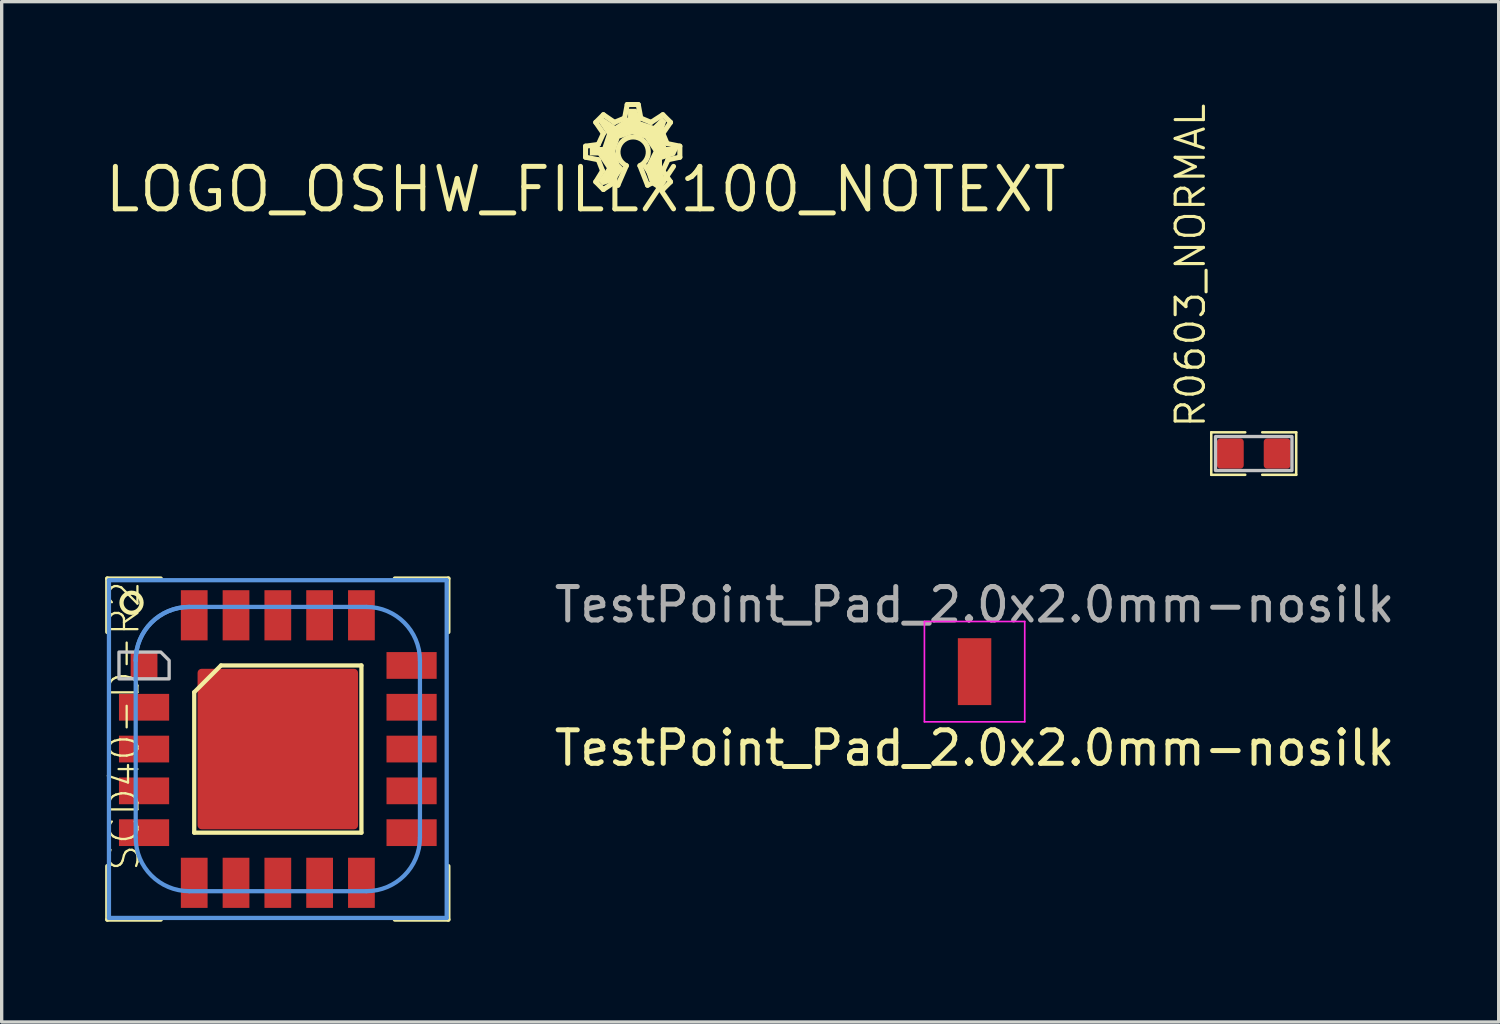
<source format=kicad_pcb>
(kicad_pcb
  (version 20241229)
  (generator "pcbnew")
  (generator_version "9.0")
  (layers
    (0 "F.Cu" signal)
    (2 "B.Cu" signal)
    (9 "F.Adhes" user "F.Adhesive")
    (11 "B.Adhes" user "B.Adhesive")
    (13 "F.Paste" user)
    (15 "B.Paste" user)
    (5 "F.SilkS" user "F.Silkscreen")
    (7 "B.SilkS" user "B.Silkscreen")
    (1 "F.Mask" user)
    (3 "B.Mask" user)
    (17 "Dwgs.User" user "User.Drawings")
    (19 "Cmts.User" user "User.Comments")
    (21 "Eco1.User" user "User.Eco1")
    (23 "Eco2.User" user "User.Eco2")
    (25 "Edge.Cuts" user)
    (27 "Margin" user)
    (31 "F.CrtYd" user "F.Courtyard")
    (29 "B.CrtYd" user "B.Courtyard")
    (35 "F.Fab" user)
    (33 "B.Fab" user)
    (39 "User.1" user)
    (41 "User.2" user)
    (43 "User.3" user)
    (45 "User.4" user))
  (footprint "LOGO_OSHW_FILLX100_NOTEXT"
    (layer "F.Cu")
    (at 14.461 2.616)
    (property "Reference" "LOGO_OSHW_FILLX100_NOTEXT" (at 0 0 0) (layer "F.SilkS") (effects (font (size 1.27 1.27) (thickness 0.15))))
    (attr through_hole)
    (fp_line (start 0 -1.295) (end 0.381 -1.346) (stroke (width 0.152) (type solid)) (layer "F.SilkS"))
    (fp_line (start 0 -0.965) (end 0 -1.295) (stroke (width 0.152) (type solid)) (layer "F.SilkS"))
    (fp_line (start 0.305 -2.007) (end 0.533 -2.235) (stroke (width 0.152) (type solid)) (layer "F.SilkS"))
    (fp_line (start 0.305 -0.229) (end 0.508 -0.559) (stroke (width 0.152) (type solid)) (layer "F.SilkS"))
    (fp_line (start 0.381 -1.346) (end 0.533 -1.676) (stroke (width 0.152) (type solid)) (layer "F.SilkS"))
    (fp_line (start 0.381 -0.889) (end 0 -0.965) (stroke (width 0.152) (type solid)) (layer "F.SilkS"))
    (fp_line (start 0.508 -0.559) (end 0.381 -0.889) (stroke (width 0.152) (type solid)) (layer "F.SilkS"))
    (fp_line (start 0.533 -2.235) (end 0.864 -2.007) (stroke (width 0.152) (type solid)) (layer "F.SilkS"))
    (fp_line (start 0.533 -1.676) (end 0.305 -2.007) (stroke (width 0.152) (type solid)) (layer "F.SilkS"))
    (fp_line (start 0.533 0) (end 0.305 -0.229) (stroke (width 0.152) (type solid)) (layer "F.SilkS"))
    (fp_line (start 0.838 -0.203) (end 0.533 0) (stroke (width 0.152) (type solid)) (layer "F.SilkS"))
    (fp_line (start 0.864 -2.007) (end 1.168 -2.134) (stroke (width 0.152) (type solid)) (layer "F.SilkS"))
    (fp_line (start 0.965 -0.127) (end 0.838 -0.203) (stroke (width 0.152) (type solid)) (layer "F.SilkS"))
    (fp_line (start 1.168 -2.134) (end 1.245 -2.54) (stroke (width 0.152) (type solid)) (layer "F.SilkS"))
    (fp_line (start 1.219 -0.711) (end 0.965 -0.127) (stroke (width 0.152) (type solid)) (layer "F.SilkS"))
    (fp_line (start 1.245 -2.54) (end 1.575 -2.54) (stroke (width 0.152) (type solid)) (layer "F.SilkS"))
    (fp_line (start 1.575 -2.54) (end 1.651 -2.134) (stroke (width 0.152) (type solid)) (layer "F.SilkS"))
    (fp_line (start 1.651 -2.134) (end 1.956 -2.007) (stroke (width 0.152) (type solid)) (layer "F.SilkS"))
    (fp_line (start 1.854 -0.127) (end 1.626 -0.711) (stroke (width 0.152) (type solid)) (layer "F.SilkS"))
    (fp_line (start 1.956 -2.007) (end 2.311 -2.235) (stroke (width 0.152) (type solid)) (layer "F.SilkS"))
    (fp_line (start 2.007 -0.203) (end 1.854 -0.127) (stroke (width 0.152) (type solid)) (layer "F.SilkS"))
    (fp_line (start 2.311 -2.235) (end 2.54 -2.007) (stroke (width 0.152) (type solid)) (layer "F.SilkS"))
    (fp_line (start 2.311 -1.676) (end 2.438 -1.372) (stroke (width 0.152) (type solid)) (layer "F.SilkS"))
    (fp_line (start 2.311 -0.559) (end 2.54 -0.229) (stroke (width 0.152) (type solid)) (layer "F.SilkS"))
    (fp_line (start 2.311 0) (end 2.007 -0.203) (stroke (width 0.152) (type solid)) (layer "F.SilkS"))
    (fp_line (start 2.438 -1.372) (end 2.819 -1.295) (stroke (width 0.152) (type solid)) (layer "F.SilkS"))
    (fp_line (start 2.464 -0.889) (end 2.311 -0.559) (stroke (width 0.152) (type solid)) (layer "F.SilkS"))
    (fp_line (start 2.54 -2.007) (end 2.311 -1.676) (stroke (width 0.152) (type solid)) (layer "F.SilkS"))
    (fp_line (start 2.54 -0.229) (end 2.311 0) (stroke (width 0.152) (type solid)) (layer "F.SilkS"))
    (fp_line (start 2.819 -1.295) (end 2.819 -0.965) (stroke (width 0.152) (type solid)) (layer "F.SilkS"))
    (fp_line (start 2.819 -0.965) (end 2.464 -0.889) (stroke (width 0.152) (type solid)) (layer "F.SilkS"))
    (fp_arc (start 1.2192 -0.7112) (mid 1.4224 -1.571969) (end 1.6256 -0.7112) (stroke (width 0.1524) (type solid)) (layer "F.SilkS"))
    (fp_poly (pts (xy 0.889 -0.254) (xy 0.508 -0.127) (xy 0.381 -0.254) (xy 0.635 -0.635) (xy 0.381 -1.016) (xy 0.127 -1.016) (xy 0.127 -1.27) (xy 0.508 -1.27) (xy 0.635 -1.651) (xy 0.381 -2.032) (xy 0.508 -2.159) (xy 0.889 -1.905) (xy 1.27 -2.159) (xy 1.27 -2.413) (xy 1.524 -2.413) (xy 1.651 -2.032) (xy 2.032 -1.905) (xy 2.286 -2.159) (xy 2.413 -2.032) (xy 2.286 -1.651) (xy 2.413 -1.27) (xy 2.794 -1.27) (xy 2.667 -1.016) (xy 2.286 -0.889) (xy 2.286 -0.508) (xy 2.413 -0.254) (xy 2.286 -0.127) (xy 2.032 -0.254) (xy 1.905 -0.254) (xy 1.778 -0.635) (xy 2.032 -1.143) (xy 1.778 -1.524) (xy 1.397 -1.651) (xy 1.016 -1.524) (xy 0.889 -1.143) (xy 1.016 -0.762) (xy 1.143 -0.635)) (stroke (width 0) (type solid)) (fill yes) (layer "F.SilkS")))
  (footprint "R0603_NORMAL"
    (layer "F.Cu")
    (at 34.442 10.513)
    (property "Reference" "R0603_NORMAL" (at -1.397 -0.711 270) (layer "F.SilkS") (effects (font (size 0.845 0.845) (thickness 0.093)) (justify left bottom)))
    (attr through_hole)
    (fp_line (start -1.27 -0.635) (end -1.27 0.635) (stroke (width 0.076) (type solid)) (layer "F.SilkS"))
    (fp_line (start -1.27 0.635) (end -0.254 0.635) (stroke (width 0.076) (type solid)) (layer "F.SilkS"))
    (fp_line (start -0.254 -0.635) (end -1.27 -0.635) (stroke (width 0.076) (type solid)) (layer "F.SilkS"))
    (fp_line (start 0.254 0.635) (end 1.27 0.635) (stroke (width 0.076) (type solid)) (layer "F.SilkS"))
    (fp_line (start 1.27 -0.635) (end 0.254 -0.635) (stroke (width 0.076) (type solid)) (layer "F.SilkS"))
    (fp_line (start 1.27 0.635) (end 1.27 -0.635) (stroke (width 0.076) (type solid)) (layer "F.SilkS"))
    (fp_poly (pts (xy -1.143 0.508) (xy 1.143 0.508) (xy 1.143 -0.508) (xy -1.143 -0.508)) (stroke (width 0.1) (type solid)) (fill no) (layer "Dwgs.User"))
    (pad "1" smd roundrect (at 0.699 0 180) (size 0.8 0.902) (layers "F.Cu" "F.Mask" "F.Paste") (roundrect_rratio 0.125))
    (pad "2" smd roundrect (at -0.699 0 180) (size 0.8 0.902) (layers "F.Cu" "F.Mask" "F.Paste") (roundrect_rratio 0.125)))
  (footprint "SCD40-D-R2"
    (layer "F.Cu")
    (at 5.258 19.35)
    (property "Reference" "SCD40-D-R2" (at -5.08 -5.08 270) (layer "F.SilkS") (effects (font (size 0.845 0.845) (thickness 0.068)) (justify right top)))
    (attr through_hole)
    (fp_poly (pts (xy -3.45 -3) (xy -3.15 -2.7) (xy -3.15 -2) (xy -4.85 -2) (xy -4.85 -3)) (stroke (width 0) (type solid)) (fill yes) (layer "F.Mask"))
    (fp_line (start -5.1 -5.1) (end -5.1 -3.5) (stroke (width 0.127) (type solid)) (layer "F.SilkS"))
    (fp_line (start -5.1 -5.1) (end -3.5 -5.1) (stroke (width 0.127) (type solid)) (layer "F.SilkS"))
    (fp_line (start -5.1 5.1) (end -5.1 3.5) (stroke (width 0.127) (type solid)) (layer "F.SilkS"))
    (fp_line (start -5.1 5.1) (end -3.5 5.1) (stroke (width 0.127) (type solid)) (layer "F.SilkS"))
    (fp_line (start -2.5 -1.7) (end -1.7 -2.5) (stroke (width 0.127) (type solid)) (layer "F.SilkS"))
    (fp_line (start -2.5 2.5) (end -2.5 -1.7) (stroke (width 0.127) (type solid)) (layer "F.SilkS"))
    (fp_line (start 2.5 -2.5) (end -1.7 -2.5) (stroke (width 0.127) (type solid)) (layer "F.SilkS"))
    (fp_line (start 2.5 -2.5) (end 2.5 2.5) (stroke (width 0.127) (type solid)) (layer "F.SilkS"))
    (fp_line (start 2.5 2.5) (end -2.5 2.5) (stroke (width 0.127) (type solid)) (layer "F.SilkS"))
    (fp_line (start 5.1 -5.1) (end 3.5 -5.1) (stroke (width 0.127) (type solid)) (layer "F.SilkS"))
    (fp_line (start 5.1 -5.1) (end 5.1 -3.5) (stroke (width 0.127) (type solid)) (layer "F.SilkS"))
    (fp_line (start 5.1 5.1) (end 3.5 5.1) (stroke (width 0.127) (type solid)) (layer "F.SilkS"))
    (fp_line (start 5.1 5.1) (end 5.1 3.5) (stroke (width 0.127) (type solid)) (layer "F.SilkS"))
    (fp_circle (center -4.375 -4.375) (end -4.075 -4.375) (stroke (width 0.127) (type solid)) (fill no) (layer "F.SilkS"))
    (fp_poly (pts (xy -4.75 -2.9) (xy -4.75 -2.1) (xy -3.25 -2.1) (xy -3.25 -2.65) (xy -3.5 -2.9)) (stroke (width 0) (type solid)) (fill yes) (layer "F.Paste"))
    (fp_poly (pts (xy -4.75 -2.1) (xy -3.25 -2.1) (xy -3.25 -2.65) (xy -3.5 -2.9) (xy -4.75 -2.9)) (stroke (width 0.1) (type solid)) (fill no) (layer "Dwgs.User"))
    (fp_line (start -5.05 5.05) (end -5.05 -5.05) (stroke (width 0.127) (type solid)) (layer "Cmts.User"))
    (fp_line (start -5.05 5.05) (end 5.05 5.05) (stroke (width 0.127) (type solid)) (layer "Cmts.User"))
    (fp_line (start -4.25 2.65) (end -4.25 -2.65) (stroke (width 0.127) (type solid)) (layer "Cmts.User"))
    (fp_line (start 2.65 -4.25) (end -2.65 -4.25) (stroke (width 0.127) (type solid)) (layer "Cmts.User"))
    (fp_line (start 2.65 4.25) (end -2.65 4.25) (stroke (width 0.127) (type solid)) (layer "Cmts.User"))
    (fp_line (start 4.25 2.65) (end 4.25 -2.65) (stroke (width 0.127) (type solid)) (layer "Cmts.User"))
    (fp_line (start 5.05 -5.05) (end -5.05 -5.05) (stroke (width 0.127) (type solid)) (layer "Cmts.User"))
    (fp_line (start 5.05 5.05) (end 5.05 -5.05) (stroke (width 0.127) (type solid)) (layer "Cmts.User"))
    (fp_arc (start -4.25 -2.65) (mid -3.781371 -3.781371) (end -2.65 -4.25) (stroke (width 0.127) (type solid)) (layer "Cmts.User"))
    (fp_arc (start -4.25 -2.65) (mid -3.781371 -3.781371) (end -2.65 -4.25) (stroke (width 0.127) (type solid)) (layer "Cmts.User"))
    (fp_arc (start -2.65 4.25) (mid -3.781371 3.781371) (end -4.25 2.65) (stroke (width 0.127) (type solid)) (layer "Cmts.User"))
    (fp_arc (start 2.65 -4.25) (mid 3.781371 -3.781371) (end 4.25 -2.65) (stroke (width 0.127) (type solid)) (layer "Cmts.User"))
    (fp_arc (start 4.25 2.65) (mid 3.781371 3.781371) (end 2.65 4.25) (stroke (width 0.127) (type solid)) (layer "Cmts.User"))
    (pad "1" smd rect (at -4 -2.5 90) (size 0.8 0.8) (layers "F.Cu" "F.Mask" "F.Paste"))
    (pad "2" smd rect (at -4 -1.25 90) (size 0.8 1.5) (layers "F.Cu" "F.Mask" "F.Paste"))
    (pad "3" smd rect (at -4 0 90) (size 0.8 1.5) (layers "F.Cu" "F.Mask" "F.Paste"))
    (pad "4" smd rect (at -4 1.25 90) (size 0.8 1.5) (layers "F.Cu" "F.Mask" "F.Paste"))
    (pad "5" smd rect (at -4 2.5 90) (size 0.8 1.5) (layers "F.Cu" "F.Mask" "F.Paste"))
    (pad "6" smd rect (at -2.5 4 180) (size 0.8 1.5) (layers "F.Cu" "F.Mask" "F.Paste"))
    (pad "7" smd rect (at -1.25 4 180) (size 0.8 1.5) (layers "F.Cu" "F.Mask" "F.Paste"))
    (pad "8" smd rect (at 0 4 180) (size 0.8 1.5) (layers "F.Cu" "F.Mask" "F.Paste"))
    (pad "9" smd rect (at 1.25 4 180) (size 0.8 1.5) (layers "F.Cu" "F.Mask" "F.Paste"))
    (pad "10" smd rect (at 2.5 4 180) (size 0.8 1.5) (layers "F.Cu" "F.Mask" "F.Paste"))
    (pad "11" smd rect (at 4 2.5 270) (size 0.8 1.5) (layers "F.Cu" "F.Mask" "F.Paste"))
    (pad "12" smd rect (at 4 1.25 270) (size 0.8 1.5) (layers "F.Cu" "F.Mask" "F.Paste"))
    (pad "13" smd rect (at 4 0 270) (size 0.8 1.5) (layers "F.Cu" "F.Mask" "F.Paste"))
    (pad "14" smd rect (at 4 -1.25 270) (size 0.8 1.5) (layers "F.Cu" "F.Mask" "F.Paste"))
    (pad "15" smd rect (at 4 -2.5 270) (size 0.8 1.5) (layers "F.Cu" "F.Mask" "F.Paste"))
    (pad "16" smd rect (at 2.5 -4) (size 0.8 1.5) (layers "F.Cu" "F.Mask" "F.Paste"))
    (pad "17" smd rect (at 1.25 -4) (size 0.8 1.5) (layers "F.Cu" "F.Mask" "F.Paste"))
    (pad "18" smd rect (at 0 -4) (size 0.8 1.5) (layers "F.Cu" "F.Mask" "F.Paste"))
    (pad "19" smd rect (at -1.25 -4) (size 0.8 1.5) (layers "F.Cu" "F.Mask" "F.Paste"))
    (pad "20" smd rect (at -2.5 -4) (size 0.8 1.5) (layers "F.Cu" "F.Mask" "F.Paste"))
    (pad "21" smd roundrect (at 0 0) (size 4.8 4.8) (layers "F.Cu" "F.Mask" "F.Paste") (roundrect_rratio 0.025)))
  (footprint "TestPoint_Pad_2.0x2.0mm-nosilk"
    (layer "F.Cu")
    (at 26.094 17.035)
    (property "Reference" "TestPoint_Pad_2.0x2.0mm-nosilk" (at 0 2.286 0) (layer "F.SilkS") (effects (font (size 1 1) (thickness 0.15))))
    (attr exclude_from_pos_files exclude_from_bom)
    (fp_line (start -1.5 -1.5) (end -1.5 1.5) (stroke (width 0.05) (type solid)) (layer "F.CrtYd"))
    (fp_line (start -1.5 -1.5) (end 1.5 -1.5) (stroke (width 0.05) (type solid)) (layer "F.CrtYd"))
    (fp_line (start 1.5 1.5) (end -1.5 1.5) (stroke (width 0.05) (type solid)) (layer "F.CrtYd"))
    (fp_line (start 1.5 1.5) (end 1.5 -1.5) (stroke (width 0.05) (type solid)) (layer "F.CrtYd"))
    (fp_text user "${REFERENCE}" (at 0 -2 0) (layer "F.Fab") (effects (font (size 1 1) (thickness 0.15))))
    (pad "1" smd rect (at 0 0) (size 1 2) (layers "F.Cu" "F.Mask")))
  (gr_rect
    (start -3 -3)
    (end 41.767 27.513)
    (stroke (width 0.1) (type default))
    (fill no)
    (layer "Edge.Cuts")))
</source>
